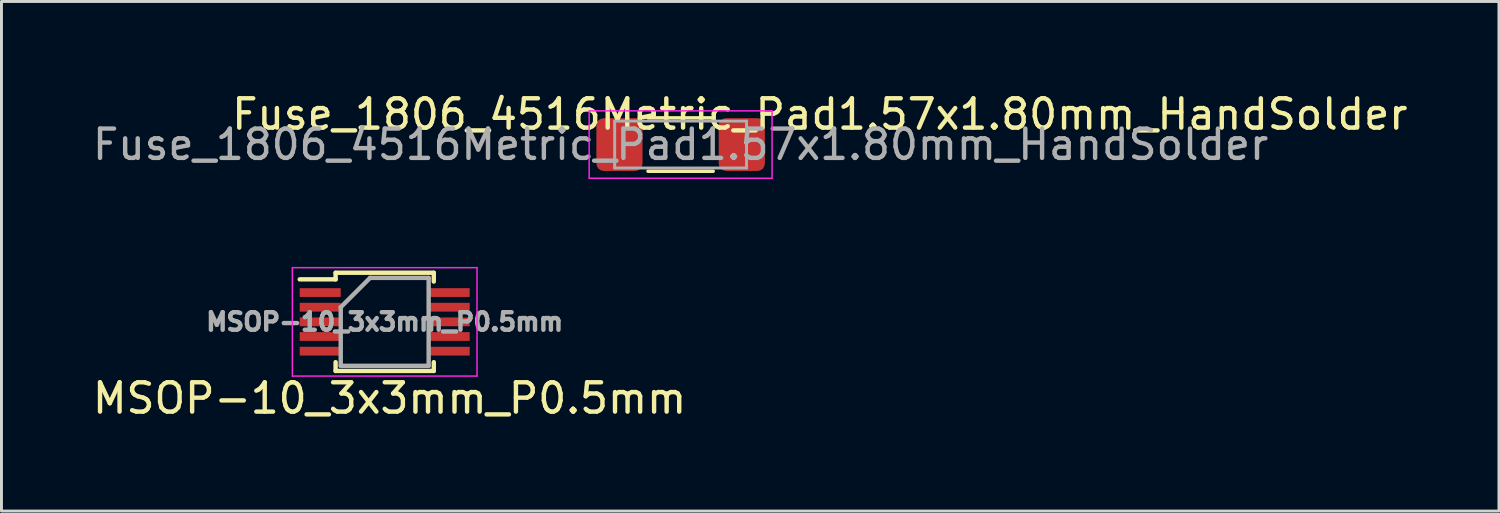
<source format=kicad_pcb>
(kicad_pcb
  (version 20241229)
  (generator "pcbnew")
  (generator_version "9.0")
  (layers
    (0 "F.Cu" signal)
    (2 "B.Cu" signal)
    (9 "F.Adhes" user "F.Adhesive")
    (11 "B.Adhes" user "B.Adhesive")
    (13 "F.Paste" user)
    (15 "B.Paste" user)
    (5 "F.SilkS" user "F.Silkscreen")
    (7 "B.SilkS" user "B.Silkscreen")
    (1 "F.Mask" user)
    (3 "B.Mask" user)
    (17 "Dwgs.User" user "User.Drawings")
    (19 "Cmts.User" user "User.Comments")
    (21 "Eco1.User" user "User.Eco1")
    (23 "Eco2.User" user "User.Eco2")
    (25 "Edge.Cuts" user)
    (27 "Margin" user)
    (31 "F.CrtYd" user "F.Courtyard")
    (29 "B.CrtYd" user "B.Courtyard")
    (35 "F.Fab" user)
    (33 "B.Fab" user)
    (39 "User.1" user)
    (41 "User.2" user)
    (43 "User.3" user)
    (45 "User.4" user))
  (footprint "MSOP-10_3x3mm_P0.5mm"
    (layer "F.Cu")
    (at 10.076 7.932)
    (property "Reference" "MSOP-10_3x3mm_P0.5mm" (at 0.168 2.607 0) (layer "F.SilkS") (effects (font (size 1 1) (thickness 0.15))))
    (attr smd allow_soldermask_bridges)
    (fp_line (start -1.675 -1.675) (end -1.675 -1.45) (stroke (width 0.15) (type solid)) (layer "F.SilkS"))
    (fp_line (start -1.675 -1.675) (end 1.675 -1.675) (stroke (width 0.15) (type solid)) (layer "F.SilkS"))
    (fp_line (start -1.675 -1.45) (end -2.9 -1.45) (stroke (width 0.15) (type solid)) (layer "F.SilkS"))
    (fp_line (start -1.675 1.675) (end -1.675 1.375) (stroke (width 0.15) (type solid)) (layer "F.SilkS"))
    (fp_line (start -1.675 1.675) (end 1.675 1.675) (stroke (width 0.15) (type solid)) (layer "F.SilkS"))
    (fp_line (start 1.675 -1.675) (end 1.675 -1.375) (stroke (width 0.15) (type solid)) (layer "F.SilkS"))
    (fp_line (start 1.675 1.675) (end 1.675 1.375) (stroke (width 0.15) (type solid)) (layer "F.SilkS"))
    (fp_line (start -3.15 -1.85) (end -3.15 1.85) (stroke (width 0.05) (type solid)) (layer "F.CrtYd"))
    (fp_line (start -3.15 -1.85) (end 3.15 -1.85) (stroke (width 0.05) (type solid)) (layer "F.CrtYd"))
    (fp_line (start -3.15 1.85) (end 3.15 1.85) (stroke (width 0.05) (type solid)) (layer "F.CrtYd"))
    (fp_line (start 3.15 -1.85) (end 3.15 1.85) (stroke (width 0.05) (type solid)) (layer "F.CrtYd"))
    (fp_line (start -1.5 -0.5) (end -0.5 -1.5) (stroke (width 0.15) (type solid)) (layer "F.Fab"))
    (fp_line (start -1.5 1.5) (end -1.5 -0.5) (stroke (width 0.15) (type solid)) (layer "F.Fab"))
    (fp_line (start -0.5 -1.5) (end 1.5 -1.5) (stroke (width 0.15) (type solid)) (layer "F.Fab"))
    (fp_line (start 1.5 -1.5) (end 1.5 1.5) (stroke (width 0.15) (type solid)) (layer "F.Fab"))
    (fp_line (start 1.5 1.5) (end -1.5 1.5) (stroke (width 0.15) (type solid)) (layer "F.Fab"))
    (fp_text user "${REFERENCE}" (at 0 0 0) (layer "F.Fab") (effects (font (size 0.6 0.6) (thickness 0.15))))
    (pad "1" smd rect (at -2.2 -1 180) (size 1.4 0.3) (layers "F.Cu" "F.Mask" "F.Paste"))
    (pad "2" smd rect (at -2.2 -0.5 180) (size 1.4 0.3) (layers "F.Cu" "F.Mask" "F.Paste"))
    (pad "3" smd rect (at -2.2 0 180) (size 1.4 0.3) (layers "F.Cu" "F.Mask" "F.Paste"))
    (pad "4" smd rect (at -2.2 0.5 180) (size 1.4 0.3) (layers "F.Cu" "F.Mask" "F.Paste"))
    (pad "5" smd rect (at -2.2 1 180) (size 1.4 0.3) (layers "F.Cu" "F.Mask" "F.Paste"))
    (pad "6" smd rect (at 2.2 1 180) (size 1.4 0.3) (layers "F.Cu" "F.Mask" "F.Paste"))
    (pad "7" smd rect (at 2.2 0.5 180) (size 1.4 0.3) (layers "F.Cu" "F.Mask" "F.Paste"))
    (pad "8" smd rect (at 2.2 0 180) (size 1.4 0.3) (layers "F.Cu" "F.Mask" "F.Paste"))
    (pad "9" smd rect (at 2.2 -0.5 180) (size 1.4 0.3) (layers "F.Cu" "F.Mask" "F.Paste"))
    (pad "10" smd rect (at 2.2 -1 180) (size 1.4 0.3) (layers "F.Cu" "F.Mask" "F.Paste")))
  (footprint "Fuse_1806_4516Metric_Pad1.57x1.80mm_HandSolder"
    (layer "F.Cu")
    (at 20.173 1.882)
    (property "Reference" "Fuse_1806_4516Metric_Pad1.57x1.80mm_HandSolder" (at 4.75 -1.033 0) (layer "F.SilkS") (effects (font (size 1 1) (thickness 0.15))))
    (attr smd)
    (fp_line (start -1.111 -0.91) (end 1.111 -0.91) (stroke (width 0.12) (type solid)) (layer "F.SilkS"))
    (fp_line (start -1.111 0.91) (end 1.111 0.91) (stroke (width 0.12) (type solid)) (layer "F.SilkS"))
    (fp_line (start -3.12 -1.15) (end 3.12 -1.15) (stroke (width 0.05) (type solid)) (layer "F.CrtYd"))
    (fp_line (start -3.12 1.15) (end -3.12 -1.15) (stroke (width 0.05) (type solid)) (layer "F.CrtYd"))
    (fp_line (start 3.12 -1.15) (end 3.12 1.15) (stroke (width 0.05) (type solid)) (layer "F.CrtYd"))
    (fp_line (start 3.12 1.15) (end -3.12 1.15) (stroke (width 0.05) (type solid)) (layer "F.CrtYd"))
    (fp_line (start -2.25 -0.8) (end 2.25 -0.8) (stroke (width 0.1) (type solid)) (layer "F.Fab"))
    (fp_line (start -2.25 0.8) (end -2.25 -0.8) (stroke (width 0.1) (type solid)) (layer "F.Fab"))
    (fp_line (start 2.25 -0.8) (end 2.25 0.8) (stroke (width 0.1) (type solid)) (layer "F.Fab"))
    (fp_line (start 2.25 0.8) (end -2.25 0.8) (stroke (width 0.1) (type solid)) (layer "F.Fab"))
    (fp_text user "${REFERENCE}" (at 0 0 0) (layer "F.Fab") (effects (font (size 1 1) (thickness 0.15))))
    (pad "1" smd roundrect (at -2.087 0) (size 1.575 1.8) (layers "F.Cu" "F.Mask" "F.Paste") (roundrect_rratio 0.159))
    (pad "2" smd roundrect (at 2.087 0) (size 1.575 1.8) (layers "F.Cu" "F.Mask" "F.Paste") (roundrect_rratio 0.159)))
  (gr_rect
    (start -3 -3)
    (end 48.095 14.387)
    (stroke (width 0.1) (type default))
    (fill no)
    (layer "Edge.Cuts")))
</source>
